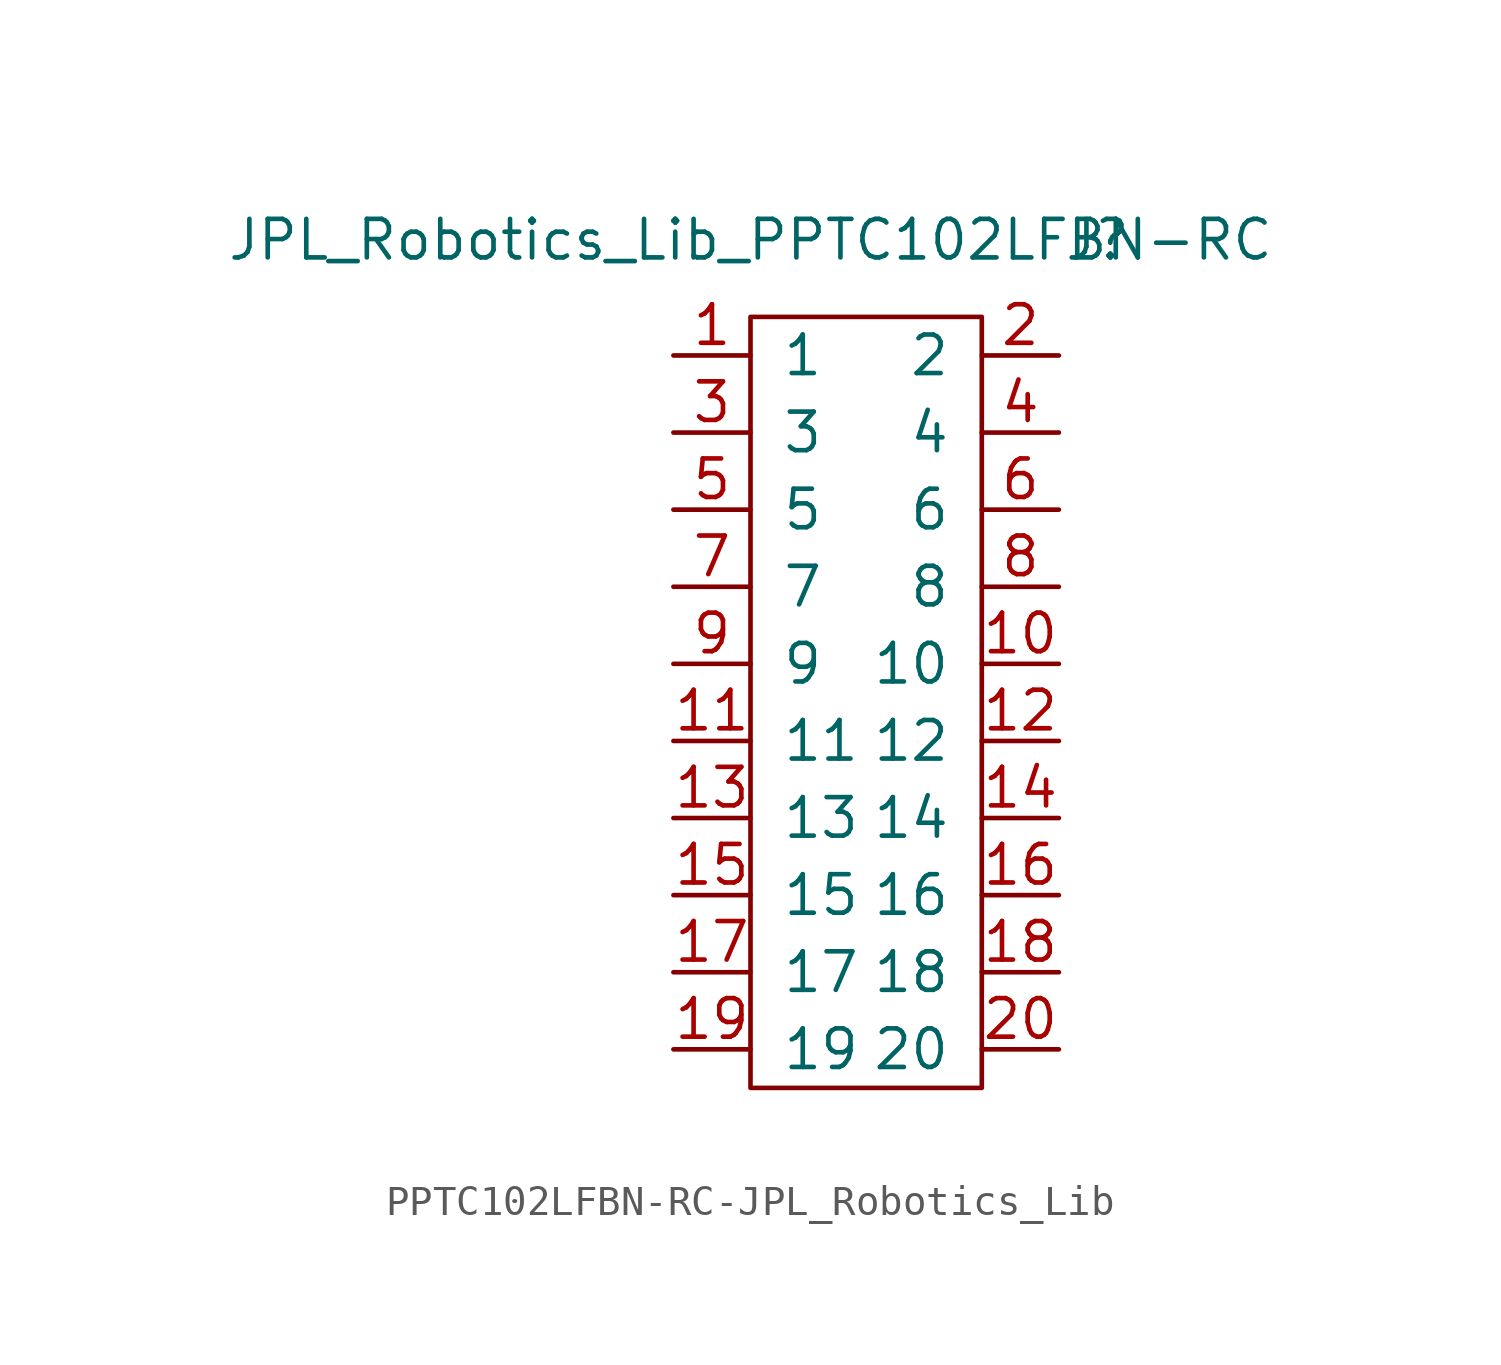
<source format=kicad_sym>
(kicad_symbol_lib
  (version 20231120)
  (generator "kicad_symbol_editor")
  (generator_version "8.0")
  (symbol "PPTC102LFBN-RC-JPL_Robotics_Lib"
    (pin_names
      (offset 1.016))
    (property "Reference" "J"
      (at 7.62 0 0)
      (effects (font (size 1.27 1.27))))
    (property "Value" "JPL_Robotics_Lib_PPTC102LFBN-RC"
      (at -3.81 0 0)
      (effects (font (size 1.27 1.27))))
    (symbol "PPTC102LFBN-RC-JPL_Robotics_Lib_0_1"
      (rectangle (start -3.81 -2.54) (end 3.81 -27.94) (stroke (width 0) (type solid)) (fill (type none))))
    (symbol "PPTC102LFBN-RC-JPL_Robotics_Lib_1_1"
      (pin passive line (at -6.35 -3.81 0) (length 2.54) (name "1" (effects (font (size 1.27 1.27)))) (number "1" (effects (font (size 1.27 1.27)))))
      (pin passive line (at 6.35 -13.97 180) (length 2.54) (name "10" (effects (font (size 1.27 1.27)))) (number "10" (effects (font (size 1.27 1.27)))))
      (pin passive line (at -6.35 -16.51 0) (length 2.54) (name "11" (effects (font (size 1.27 1.27)))) (number "11" (effects (font (size 1.27 1.27)))))
      (pin passive line (at 6.35 -16.51 180) (length 2.54) (name "12" (effects (font (size 1.27 1.27)))) (number "12" (effects (font (size 1.27 1.27)))))
      (pin passive line (at -6.35 -19.05 0) (length 2.54) (name "13" (effects (font (size 1.27 1.27)))) (number "13" (effects (font (size 1.27 1.27)))))
      (pin passive line (at 6.35 -19.05 180) (length 2.54) (name "14" (effects (font (size 1.27 1.27)))) (number "14" (effects (font (size 1.27 1.27)))))
      (pin passive line (at -6.35 -21.59 0) (length 2.54) (name "15" (effects (font (size 1.27 1.27)))) (number "15" (effects (font (size 1.27 1.27)))))
      (pin passive line (at 6.35 -21.59 180) (length 2.54) (name "16" (effects (font (size 1.27 1.27)))) (number "16" (effects (font (size 1.27 1.27)))))
      (pin passive line (at -6.35 -24.13 0) (length 2.54) (name "17" (effects (font (size 1.27 1.27)))) (number "17" (effects (font (size 1.27 1.27)))))
      (pin passive line (at 6.35 -24.13 180) (length 2.54) (name "18" (effects (font (size 1.27 1.27)))) (number "18" (effects (font (size 1.27 1.27)))))
      (pin passive line (at -6.35 -26.67 0) (length 2.54) (name "19" (effects (font (size 1.27 1.27)))) (number "19" (effects (font (size 1.27 1.27)))))
      (pin passive line (at 6.35 -3.81 180) (length 2.54) (name "2" (effects (font (size 1.27 1.27)))) (number "2" (effects (font (size 1.27 1.27)))))
      (pin passive line (at 6.35 -26.67 180) (length 2.54) (name "20" (effects (font (size 1.27 1.27)))) (number "20" (effects (font (size 1.27 1.27)))))
      (pin passive line (at -6.35 -6.35 0) (length 2.54) (name "3" (effects (font (size 1.27 1.27)))) (number "3" (effects (font (size 1.27 1.27)))))
      (pin passive line (at 6.35 -6.35 180) (length 2.54) (name "4" (effects (font (size 1.27 1.27)))) (number "4" (effects (font (size 1.27 1.27)))))
      (pin passive line (at -6.35 -8.89 0) (length 2.54) (name "5" (effects (font (size 1.27 1.27)))) (number "5" (effects (font (size 1.27 1.27)))))
      (pin passive line (at 6.35 -8.89 180) (length 2.54) (name "6" (effects (font (size 1.27 1.27)))) (number "6" (effects (font (size 1.27 1.27)))))
      (pin passive line (at -6.35 -11.43 0) (length 2.54) (name "7" (effects (font (size 1.27 1.27)))) (number "7" (effects (font (size 1.27 1.27)))))
      (pin passive line (at 6.35 -11.43 180) (length 2.54) (name "8" (effects (font (size 1.27 1.27)))) (number "8" (effects (font (size 1.27 1.27)))))
      (pin passive line (at -6.35 -13.97 0) (length 2.54) (name "9" (effects (font (size 1.27 1.27)))) (number "9" (effects (font (size 1.27 1.27))))))))
</source>
